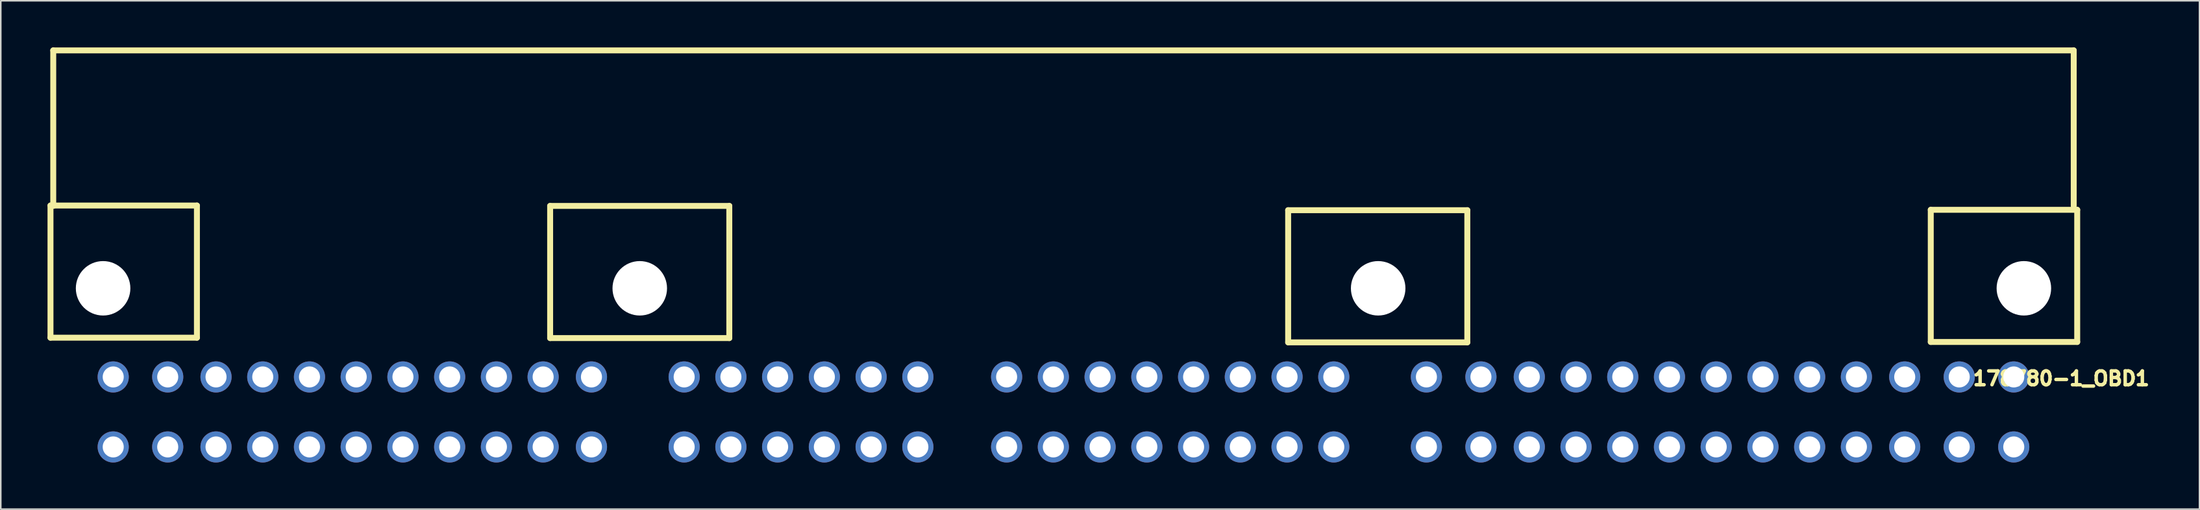
<source format=kicad_pcb>
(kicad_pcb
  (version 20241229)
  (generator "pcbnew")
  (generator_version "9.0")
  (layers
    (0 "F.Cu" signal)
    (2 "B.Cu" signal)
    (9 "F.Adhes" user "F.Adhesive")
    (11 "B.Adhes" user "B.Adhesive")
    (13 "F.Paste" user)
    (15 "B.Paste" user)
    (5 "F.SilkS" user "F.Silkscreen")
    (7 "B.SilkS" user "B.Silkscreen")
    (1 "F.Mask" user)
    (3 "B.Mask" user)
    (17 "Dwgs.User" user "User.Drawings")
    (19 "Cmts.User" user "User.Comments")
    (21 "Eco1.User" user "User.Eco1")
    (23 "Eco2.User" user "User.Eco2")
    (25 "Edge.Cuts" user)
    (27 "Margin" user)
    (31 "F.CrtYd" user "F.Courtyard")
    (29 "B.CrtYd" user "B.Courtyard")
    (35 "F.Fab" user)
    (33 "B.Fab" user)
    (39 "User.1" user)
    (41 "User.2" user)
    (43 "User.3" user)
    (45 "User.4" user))
  (footprint "178780-1_OBD1"
    (layer "F.Cu")
    (at 113.766 25.69)
    (property "Reference" "178780-1_OBD1" (at 15.5 -4.4 0) (layer "F.SilkS") (effects (font (size 0.889 0.889) (thickness 0.222))))
    (attr through_hole)
    (fp_line (start -113.575 -15.524) (end -104.175 -15.524) (stroke (width 0.381) (type solid)) (layer "F.SilkS"))
    (fp_line (start -113.575 -7.025) (end -113.575 -15.524) (stroke (width 0.381) (type solid)) (layer "F.SilkS"))
    (fp_line (start -113.575 -7.025) (end -104.175 -7.025) (stroke (width 0.381) (type solid)) (layer "F.SilkS"))
    (fp_line (start -113.398 -25.499) (end -113.398 -15.499) (stroke (width 0.381) (type solid)) (layer "F.SilkS"))
    (fp_line (start -113.398 -25.499) (end 16.302 -25.499) (stroke (width 0.381) (type solid)) (layer "F.SilkS"))
    (fp_line (start -104.175 -7.025) (end -104.175 -15.524) (stroke (width 0.381) (type solid)) (layer "F.SilkS"))
    (fp_line (start -81.501 -15.499) (end -70 -15.499) (stroke (width 0.381) (type solid)) (layer "F.SilkS"))
    (fp_line (start -81.501 -7) (end -81.501 -15.499) (stroke (width 0.381) (type solid)) (layer "F.SilkS"))
    (fp_line (start -81.501 -7) (end -70 -7) (stroke (width 0.381) (type solid)) (layer "F.SilkS"))
    (fp_line (start -70 -7) (end -70 -15.499) (stroke (width 0.381) (type solid)) (layer "F.SilkS"))
    (fp_line (start -34.126 -6.726) (end -34.126 -15.224) (stroke (width 0.381) (type solid)) (layer "F.SilkS"))
    (fp_line (start -22.625 -15.224) (end -34.126 -15.224) (stroke (width 0.381) (type solid)) (layer "F.SilkS"))
    (fp_line (start -22.625 -15.224) (end -22.625 -6.726) (stroke (width 0.381) (type solid)) (layer "F.SilkS"))
    (fp_line (start -22.625 -6.726) (end -34.126 -6.726) (stroke (width 0.381) (type solid)) (layer "F.SilkS"))
    (fp_line (start 7.125 -15.249) (end 16.526 -15.249) (stroke (width 0.381) (type solid)) (layer "F.SilkS"))
    (fp_line (start 7.125 -6.751) (end 7.125 -15.249) (stroke (width 0.381) (type solid)) (layer "F.SilkS"))
    (fp_line (start 16.302 -25.499) (end 16.302 -15.499) (stroke (width 0.381) (type solid)) (layer "F.SilkS"))
    (fp_line (start 16.526 -15.249) (end 16.526 -6.751) (stroke (width 0.381) (type solid)) (layer "F.SilkS"))
    (fp_line (start 16.526 -6.751) (end 7.125 -6.751) (stroke (width 0.381) (type solid)) (layer "F.SilkS"))
    (pad "" np_thru_hole circle (at -110.198 -10.201) (size 3.5 3.5) (drill 3.5) (layers "*.Cu" "*.Mask"))
    (pad "" np_thru_hole circle (at -75.748 -10.201) (size 3.5 3.5) (drill 3.5) (layers "*.Cu" "*.Mask"))
    (pad "" np_thru_hole circle (at -28.348 -10.201) (size 3.5 3.5) (drill 3.5) (layers "*.Cu" "*.Mask"))
    (pad "" np_thru_hole circle (at 13.102 -10.201) (size 3.5 3.5) (drill 3.5) (layers "*.Cu" "*.Mask"))
    (pad "A1" thru_hole circle (at 12.453 0) (size 2 2) (drill 1.35) (layers "*.Cu" "*.Mask"))
    (pad "A2" thru_hole circle (at 12.453 -4.501) (size 2 2) (drill 1.35) (layers "*.Cu" "*.Mask"))
    (pad "A3" thru_hole circle (at 8.953 0) (size 2 2) (drill 1.35) (layers "*.Cu" "*.Mask"))
    (pad "A4" thru_hole circle (at 8.953 -4.501) (size 2 2) (drill 1.35) (layers "*.Cu" "*.Mask"))
    (pad "A5" thru_hole circle (at 5.453 0) (size 2 2) (drill 1.35) (layers "*.Cu" "*.Mask"))
    (pad "A6" thru_hole circle (at 5.453 -4.501) (size 2 2) (drill 1.35) (layers "*.Cu" "*.Mask"))
    (pad "A7" thru_hole circle (at 2.351 0) (size 2 2) (drill 1.35) (layers "*.Cu" "*.Mask"))
    (pad "A8" thru_hole circle (at 2.351 -4.501) (size 2 2) (drill 1.35) (layers "*.Cu" "*.Mask"))
    (pad "A9" thru_hole circle (at -0.648 0) (size 2 2) (drill 1.35) (layers "*.Cu" "*.Mask"))
    (pad "A10" thru_hole circle (at -0.648 -4.501) (size 2 2) (drill 1.35) (layers "*.Cu" "*.Mask"))
    (pad "A11" thru_hole circle (at -3.648 0) (size 2 2) (drill 1.35) (layers "*.Cu" "*.Mask"))
    (pad "A12" thru_hole circle (at -3.648 -4.501) (size 2 2) (drill 1.35) (layers "*.Cu" "*.Mask"))
    (pad "A13" thru_hole circle (at -6.648 0) (size 2 2) (drill 1.35) (layers "*.Cu" "*.Mask"))
    (pad "A14" thru_hole circle (at -6.648 -4.501) (size 2 2) (drill 1.35) (layers "*.Cu" "*.Mask"))
    (pad "A15" thru_hole circle (at -9.648 0) (size 2 2) (drill 1.35) (layers "*.Cu" "*.Mask"))
    (pad "A16" thru_hole circle (at -9.648 -4.501) (size 2 2) (drill 1.35) (layers "*.Cu" "*.Mask"))
    (pad "A17" thru_hole circle (at -12.647 0) (size 2 2) (drill 1.35) (layers "*.Cu" "*.Mask"))
    (pad "A18" thru_hole circle (at -12.647 -4.501) (size 2 2) (drill 1.35) (layers "*.Cu" "*.Mask"))
    (pad "A19" thru_hole circle (at -15.647 0) (size 2 2) (drill 1.35) (layers "*.Cu" "*.Mask"))
    (pad "A20" thru_hole circle (at -15.647 -4.501) (size 2 2) (drill 1.35) (layers "*.Cu" "*.Mask"))
    (pad "A21" thru_hole circle (at -18.647 0) (size 2 2) (drill 1.35) (layers "*.Cu" "*.Mask"))
    (pad "A22" thru_hole circle (at -18.647 -4.501) (size 2 2) (drill 1.35) (layers "*.Cu" "*.Mask"))
    (pad "A23" thru_hole circle (at -21.751 0) (size 2 2) (drill 1.35) (layers "*.Cu" "*.Mask"))
    (pad "A24" thru_hole circle (at -21.751 -4.501) (size 2 2) (drill 1.35) (layers "*.Cu" "*.Mask"))
    (pad "A25" thru_hole circle (at -25.251 0) (size 2 2) (drill 1.35) (layers "*.Cu" "*.Mask"))
    (pad "A26" thru_hole circle (at -25.251 -4.501) (size 2 2) (drill 1.35) (layers "*.Cu" "*.Mask"))
    (pad "B1" thru_hole circle (at -31.197 0) (size 2 2) (drill 1.35) (layers "*.Cu" "*.Mask"))
    (pad "B2" thru_hole circle (at -31.197 -4.501) (size 2 2) (drill 1.35) (layers "*.Cu" "*.Mask"))
    (pad "B3" thru_hole circle (at -34.197 0) (size 2 2) (drill 1.35) (layers "*.Cu" "*.Mask"))
    (pad "B4" thru_hole circle (at -34.197 -4.501) (size 2 2) (drill 1.35) (layers "*.Cu" "*.Mask"))
    (pad "B5" thru_hole circle (at -37.196 0) (size 2 2) (drill 1.35) (layers "*.Cu" "*.Mask"))
    (pad "B6" thru_hole circle (at -37.196 -4.501) (size 2 2) (drill 1.35) (layers "*.Cu" "*.Mask"))
    (pad "B7" thru_hole circle (at -40.196 0) (size 2 2) (drill 1.35) (layers "*.Cu" "*.Mask"))
    (pad "B8" thru_hole circle (at -40.196 -4.501) (size 2 2) (drill 1.35) (layers "*.Cu" "*.Mask"))
    (pad "B9" thru_hole circle (at -43.198 0) (size 2 2) (drill 1.35) (layers "*.Cu" "*.Mask"))
    (pad "B10" thru_hole circle (at -43.198 -4.501) (size 2 2) (drill 1.35) (layers "*.Cu" "*.Mask"))
    (pad "B11" thru_hole circle (at -46.198 0) (size 2 2) (drill 1.35) (layers "*.Cu" "*.Mask"))
    (pad "B12" thru_hole circle (at -46.198 -4.501) (size 2 2) (drill 1.35) (layers "*.Cu" "*.Mask"))
    (pad "B13" thru_hole circle (at -49.198 0) (size 2 2) (drill 1.35) (layers "*.Cu" "*.Mask"))
    (pad "B14" thru_hole circle (at -49.198 -4.501) (size 2 2) (drill 1.35) (layers "*.Cu" "*.Mask"))
    (pad "B15" thru_hole circle (at -52.198 0) (size 2 2) (drill 1.35) (layers "*.Cu" "*.Mask"))
    (pad "B16" thru_hole circle (at -52.198 -4.501) (size 2 2) (drill 1.35) (layers "*.Cu" "*.Mask"))
    (pad "C1" thru_hole circle (at -57.896 0) (size 2 2) (drill 1.35) (layers "*.Cu" "*.Mask"))
    (pad "C2" thru_hole circle (at -57.896 -4.501) (size 2 2) (drill 1.35) (layers "*.Cu" "*.Mask"))
    (pad "C3" thru_hole circle (at -60.896 0) (size 2 2) (drill 1.35) (layers "*.Cu" "*.Mask"))
    (pad "C4" thru_hole circle (at -60.896 -4.501) (size 2 2) (drill 1.35) (layers "*.Cu" "*.Mask"))
    (pad "C5" thru_hole circle (at -63.898 0) (size 2 2) (drill 1.35) (layers "*.Cu" "*.Mask"))
    (pad "C6" thru_hole circle (at -63.898 -4.501) (size 2 2) (drill 1.35) (layers "*.Cu" "*.Mask"))
    (pad "C7" thru_hole circle (at -66.898 0) (size 2 2) (drill 1.35) (layers "*.Cu" "*.Mask"))
    (pad "C8" thru_hole circle (at -66.898 -4.501) (size 2 2) (drill 1.35) (layers "*.Cu" "*.Mask"))
    (pad "C9" thru_hole circle (at -69.898 0) (size 2 2) (drill 1.35) (layers "*.Cu" "*.Mask"))
    (pad "C10" thru_hole circle (at -69.898 -4.501) (size 2 2) (drill 1.35) (layers "*.Cu" "*.Mask"))
    (pad "C11" thru_hole circle (at -72.898 0) (size 2 2) (drill 1.35) (layers "*.Cu" "*.Mask"))
    (pad "C12" thru_hole circle (at -72.898 -4.501) (size 2 2) (drill 1.35) (layers "*.Cu" "*.Mask"))
    (pad "D1" thru_hole circle (at -78.849 0) (size 2 2) (drill 1.35) (layers "*.Cu" "*.Mask"))
    (pad "D2" thru_hole circle (at -78.849 -4.501) (size 2 2) (drill 1.35) (layers "*.Cu" "*.Mask"))
    (pad "D3" thru_hole circle (at -81.951 0) (size 2 2) (drill 1.35) (layers "*.Cu" "*.Mask"))
    (pad "D4" thru_hole circle (at -81.951 -4.501) (size 2 2) (drill 1.35) (layers "*.Cu" "*.Mask"))
    (pad "D5" thru_hole circle (at -84.95 0) (size 2 2) (drill 1.35) (layers "*.Cu" "*.Mask"))
    (pad "D6" thru_hole circle (at -84.95 -4.501) (size 2 2) (drill 1.35) (layers "*.Cu" "*.Mask"))
    (pad "D7" thru_hole circle (at -87.95 0) (size 2 2) (drill 1.35) (layers "*.Cu" "*.Mask"))
    (pad "D8" thru_hole circle (at -87.95 -4.501) (size 2 2) (drill 1.35) (layers "*.Cu" "*.Mask"))
    (pad "D9" thru_hole circle (at -90.95 0) (size 2 2) (drill 1.35) (layers "*.Cu" "*.Mask"))
    (pad "D10" thru_hole circle (at -90.95 -4.501) (size 2 2) (drill 1.35) (layers "*.Cu" "*.Mask"))
    (pad "D11" thru_hole circle (at -93.95 0) (size 2 2) (drill 1.35) (layers "*.Cu" "*.Mask"))
    (pad "D12" thru_hole circle (at -93.95 -4.501) (size 2 2) (drill 1.35) (layers "*.Cu" "*.Mask"))
    (pad "D13" thru_hole circle (at -96.949 0) (size 2 2) (drill 1.35) (layers "*.Cu" "*.Mask"))
    (pad "D14" thru_hole circle (at -96.949 -4.501) (size 2 2) (drill 1.35) (layers "*.Cu" "*.Mask"))
    (pad "D15" thru_hole circle (at -99.949 0) (size 2 2) (drill 1.35) (layers "*.Cu" "*.Mask"))
    (pad "D16" thru_hole circle (at -99.949 -4.501) (size 2 2) (drill 1.35) (layers "*.Cu" "*.Mask"))
    (pad "D17" thru_hole circle (at -102.949 0) (size 2 2) (drill 1.35) (layers "*.Cu" "*.Mask"))
    (pad "D18" thru_hole circle (at -102.949 -4.501) (size 2 2) (drill 1.35) (layers "*.Cu" "*.Mask"))
    (pad "D19" thru_hole circle (at -106.05 0) (size 2 2) (drill 1.35) (layers "*.Cu" "*.Mask"))
    (pad "D20" thru_hole circle (at -106.05 -4.501) (size 2 2) (drill 1.35) (layers "*.Cu" "*.Mask"))
    (pad "D21" thru_hole circle (at -109.548 0) (size 2 2) (drill 1.35) (layers "*.Cu" "*.Mask"))
    (pad "D22" thru_hole circle (at -109.548 -4.501) (size 2 2) (drill 1.35) (layers "*.Cu" "*.Mask")))
  (gr_rect
    (start -3 -3)
    (end 138.141 29.69)
    (stroke (width 0.1) (type default))
    (fill no)
    (layer "Edge.Cuts")))
</source>
